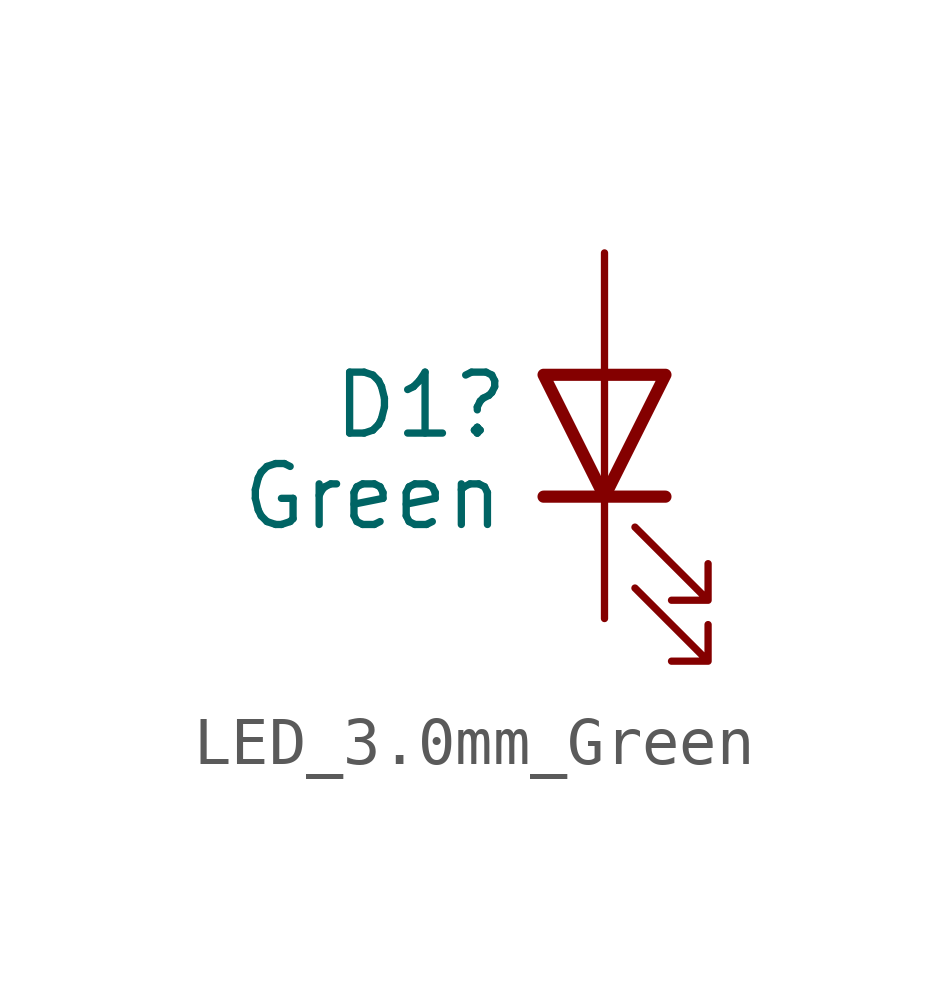
<source format=kicad_sym>
(kicad_symbol_lib
  (version 20220914)
  (generator kicad_symbol_editor)
  (symbol "LED_3.0mm_Green"
    (pin_numbers hide)
    (pin_names
      (offset 1.016) hide)
    (property "Reference" "D1"
      (at -5.715 0.635 0)
      (effects (font (size 1.27 1.27)) (justify left)))
    (property "Value" "Green"
      (at -7.62 -1.27 0)
      (effects (font (size 1.27 1.27)) (justify left)))
    (symbol "LED_3.0mm_Green_0_1"
      (polyline (pts (xy 0 1.27) (xy 0 -1.27)) (stroke (width 0) (type default)) (fill (type none)))
      (polyline (pts (xy 1.27 -1.27) (xy -1.27 -1.27)) (stroke (width 0.254) (type default)) (fill (type none)))
      (polyline (pts (xy 1.27 1.27) (xy -1.27 1.27) (xy 0 -1.27) (xy 1.27 1.27)) (stroke (width 0.254) (type default)) (fill (type none)))
      (polyline (pts (xy 0.635 -3.175) (xy 2.159 -4.699) (xy 2.159 -3.937) (xy 2.159 -4.699) (xy 1.397 -4.699)) (stroke (width 0) (type default)) (fill (type none)))
      (polyline (pts (xy 0.635 -1.905) (xy 2.159 -3.429) (xy 2.159 -2.667) (xy 2.159 -3.429) (xy 1.397 -3.429)) (stroke (width 0) (type default)) (fill (type none))))
    (symbol "LED_3.0mm_Green_1_1"
      (pin passive line (at 0 -3.81 90) (length 2.54) (name "K" (effects (font (size 1.27 1.27)))) (number "1" (effects (font (size 1.27 1.27)))))
      (pin passive line (at 0 3.81 270) (length 2.54) (name "A" (effects (font (size 1.27 1.27)))) (number "2" (effects (font (size 1.27 1.27))))))))
</source>
